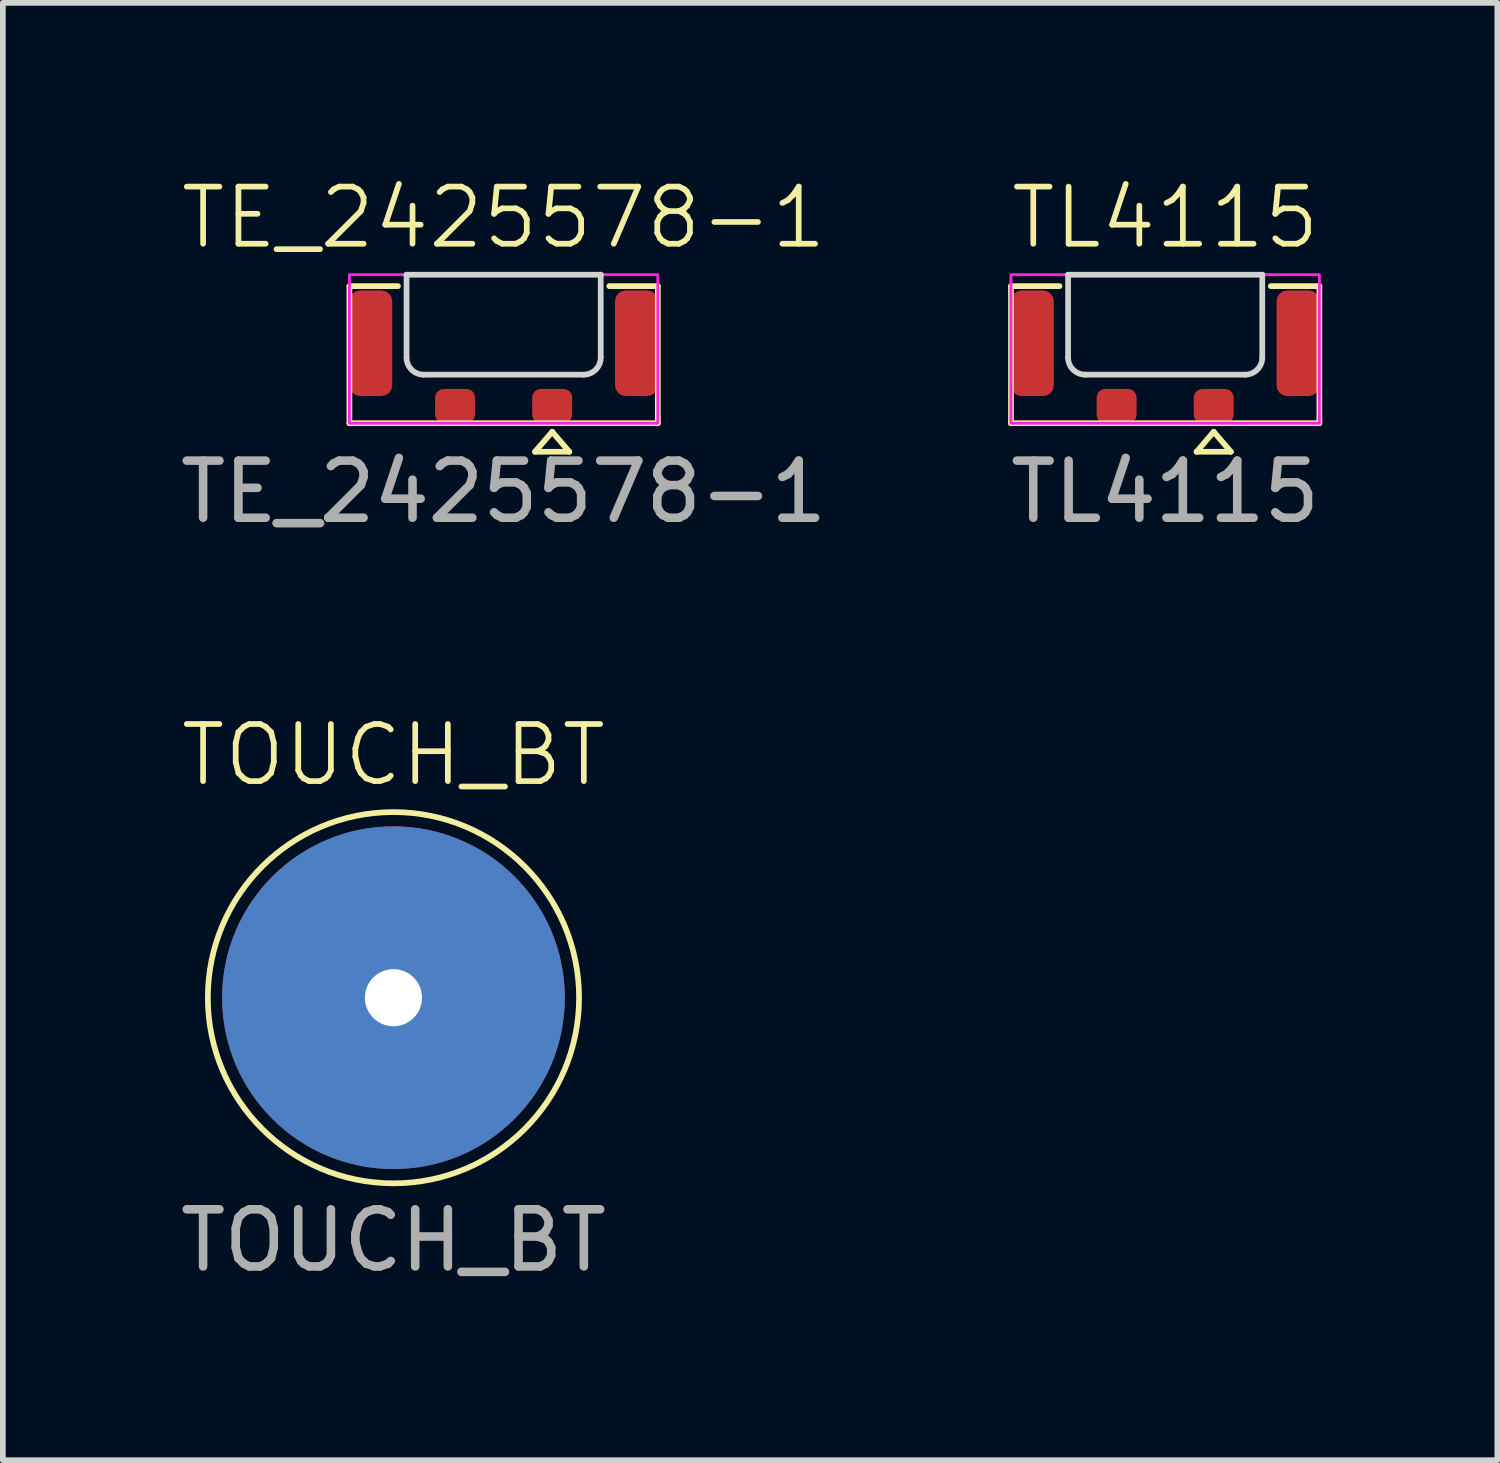
<source format=kicad_pcb>
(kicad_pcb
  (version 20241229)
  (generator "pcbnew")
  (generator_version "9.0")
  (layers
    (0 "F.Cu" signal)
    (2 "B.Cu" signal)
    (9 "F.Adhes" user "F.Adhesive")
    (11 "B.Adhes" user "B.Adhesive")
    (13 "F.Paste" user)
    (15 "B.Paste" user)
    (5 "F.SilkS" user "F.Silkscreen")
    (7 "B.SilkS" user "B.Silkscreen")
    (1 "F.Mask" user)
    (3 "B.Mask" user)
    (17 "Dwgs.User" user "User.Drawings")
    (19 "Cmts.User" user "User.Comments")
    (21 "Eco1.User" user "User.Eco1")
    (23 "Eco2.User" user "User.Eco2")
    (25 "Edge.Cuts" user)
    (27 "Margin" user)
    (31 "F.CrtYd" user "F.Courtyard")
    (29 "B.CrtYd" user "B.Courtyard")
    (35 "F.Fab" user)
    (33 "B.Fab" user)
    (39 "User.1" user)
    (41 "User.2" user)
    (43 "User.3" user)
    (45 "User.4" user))
  (footprint "TL4115"
    (layer "F.Cu")
    (at 17.351 1.76)
    (property "Reference" "TL4115" (at 0 -1 0) (unlocked yes) (layer "F.SilkS") (effects (font (size 1 1) (thickness 0.1))))
    (attr smd)
    (fp_line (start -2.7 0.2) (end -2.7 2.6) (stroke (width 0.1) (type default)) (layer "F.SilkS"))
    (fp_line (start -2.7 0.2) (end -1.85 0.2) (stroke (width 0.1) (type default)) (layer "F.SilkS"))
    (fp_line (start -2.7 2.6) (end 2.7 2.6) (stroke (width 0.1) (type default)) (layer "F.SilkS"))
    (fp_line (start 0.85 2.75) (end 0.55 3.1) (stroke (width 0.1) (type default)) (layer "F.SilkS"))
    (fp_line (start 0.85 2.75) (end 1.15 3.1) (stroke (width 0.1) (type default)) (layer "F.SilkS"))
    (fp_line (start 1.15 3.1) (end 0.55 3.1) (stroke (width 0.1) (type default)) (layer "F.SilkS"))
    (fp_line (start 1.85 0.2) (end 2.7 0.2) (stroke (width 0.1) (type default)) (layer "F.SilkS"))
    (fp_line (start 2.7 2.6) (end 2.7 0.2) (stroke (width 0.1) (type default)) (layer "F.SilkS"))
    (fp_line (start -1.7 0) (end 1.7 0) (stroke (width 0.1) (type default)) (layer "Edge.Cuts"))
    (fp_line (start -1.7 1.45) (end -1.7 0) (stroke (width 0.1) (type default)) (layer "Edge.Cuts"))
    (fp_line (start -1.4 1.75) (end 1.4 1.75) (stroke (width 0.1) (type default)) (layer "Edge.Cuts"))
    (fp_line (start 1.7 1.45) (end 1.7 0) (stroke (width 0.1) (type default)) (layer "Edge.Cuts"))
    (fp_arc (start -1.4 1.75) (mid -1.612132 1.662132) (end -1.7 1.45) (stroke (width 0.1) (type default)) (layer "Edge.Cuts"))
    (fp_arc (start 1.7 1.45) (mid 1.612132 1.662132) (end 1.4 1.75) (stroke (width 0.1) (type default)) (layer "Edge.Cuts"))
    (fp_rect (start -2.7 0) (end 2.7 2.6) (stroke (width 0.05) (type default)) (fill no) (layer "F.CrtYd"))
    (fp_text user "${REFERENCE}" (at 0 3.8 0) (unlocked yes) (layer "F.Fab") (effects (font (size 1 1) (thickness 0.15))))
    (pad "" smd roundrect (at -2.325 1.2) (size 0.75 1.85) (layers "F.Cu" "F.Mask" "F.Paste") (roundrect_rratio 0.25))
    (pad "" smd roundrect (at 2.325 1.2) (size 0.75 1.85) (layers "F.Cu" "F.Mask" "F.Paste") (roundrect_rratio 0.25))
    (pad "1" smd roundrect (at 0.85 2.3) (size 0.7 0.6) (layers "F.Cu" "F.Mask" "F.Paste") (roundrect_rratio 0.25))
    (pad "2" smd roundrect (at -0.85 2.3) (size 0.7 0.6) (layers "F.Cu" "F.Mask" "F.Paste") (roundrect_rratio 0.25)))
  (footprint "TE_2425578-1"
    (layer "F.Cu")
    (at 5.768 1.76)
    (property "Reference" "TE_2425578-1" (at 0 -1 0) (unlocked yes) (layer "F.SilkS") (effects (font (size 1 1) (thickness 0.1))))
    (attr smd)
    (fp_line (start -2.7 0.2) (end -2.7 2.6) (stroke (width 0.1) (type default)) (layer "F.SilkS"))
    (fp_line (start -2.7 0.2) (end -1.85 0.2) (stroke (width 0.1) (type default)) (layer "F.SilkS"))
    (fp_line (start -2.7 2.6) (end 2.7 2.6) (stroke (width 0.1) (type default)) (layer "F.SilkS"))
    (fp_line (start 0.85 2.75) (end 0.55 3.1) (stroke (width 0.1) (type default)) (layer "F.SilkS"))
    (fp_line (start 0.85 2.75) (end 1.15 3.1) (stroke (width 0.1) (type default)) (layer "F.SilkS"))
    (fp_line (start 1.15 3.1) (end 0.55 3.1) (stroke (width 0.1) (type default)) (layer "F.SilkS"))
    (fp_line (start 1.85 0.2) (end 2.7 0.2) (stroke (width 0.1) (type default)) (layer "F.SilkS"))
    (fp_line (start 2.7 2.6) (end 2.7 0.2) (stroke (width 0.1) (type default)) (layer "F.SilkS"))
    (fp_line (start -1.7 0) (end 1.7 0) (stroke (width 0.1) (type default)) (layer "Edge.Cuts"))
    (fp_line (start -1.7 1.45) (end -1.7 0) (stroke (width 0.1) (type default)) (layer "Edge.Cuts"))
    (fp_line (start -1.4 1.75) (end 1.4 1.75) (stroke (width 0.1) (type default)) (layer "Edge.Cuts"))
    (fp_line (start 1.7 1.45) (end 1.7 0) (stroke (width 0.1) (type default)) (layer "Edge.Cuts"))
    (fp_arc (start -1.4 1.75) (mid -1.612132 1.662132) (end -1.7 1.45) (stroke (width 0.1) (type default)) (layer "Edge.Cuts"))
    (fp_arc (start 1.7 1.45) (mid 1.612132 1.662132) (end 1.4 1.75) (stroke (width 0.1) (type default)) (layer "Edge.Cuts"))
    (fp_rect (start -2.7 0) (end 2.7 2.6) (stroke (width 0.05) (type default)) (fill no) (layer "F.CrtYd"))
    (fp_text user "${REFERENCE}" (at 0 3.8 0) (unlocked yes) (layer "F.Fab") (effects (font (size 1 1) (thickness 0.15))))
    (pad "" smd roundrect (at -2.325 1.2) (size 0.75 1.85) (layers "F.Cu" "F.Mask" "F.Paste") (roundrect_rratio 0.25))
    (pad "" smd roundrect (at 2.325 1.2) (size 0.75 1.85) (layers "F.Cu" "F.Mask" "F.Paste") (roundrect_rratio 0.25))
    (pad "1" smd roundrect (at 0.85 2.3) (size 0.7 0.6) (layers "F.Cu" "F.Mask" "F.Paste") (roundrect_rratio 0.25))
    (pad "2" smd roundrect (at -0.85 2.3) (size 0.7 0.6) (layers "F.Cu" "F.Mask" "F.Paste") (roundrect_rratio 0.25)))
  (footprint "TOUCH_BT"
    (layer "F.Cu")
    (at 3.839 14.419)
    (property "Reference" "TOUCH_BT" (at 0 -4.25 0) (unlocked yes) (layer "F.SilkS") (effects (font (size 1 1) (thickness 0.1))))
    (attr smd)
    (fp_circle (center 0 0) (end 0 -3.25) (stroke (width 0.1) (type default)) (fill no) (layer "F.SilkS"))
    (fp_text user "${REFERENCE}" (at 0 4.25 0) (unlocked yes) (layer "F.Fab") (effects (font (size 1 1) (thickness 0.15))))
    (pad "1" thru_hole circle (at 0 0) (size 6 6) (drill 1) (layers "*.Cu" "*.Mask")))
  (gr_rect
    (start -3 -3)
    (end 23.167 22.517)
    (stroke (width 0.1) (type default))
    (fill no)
    (layer "Edge.Cuts")))
</source>
